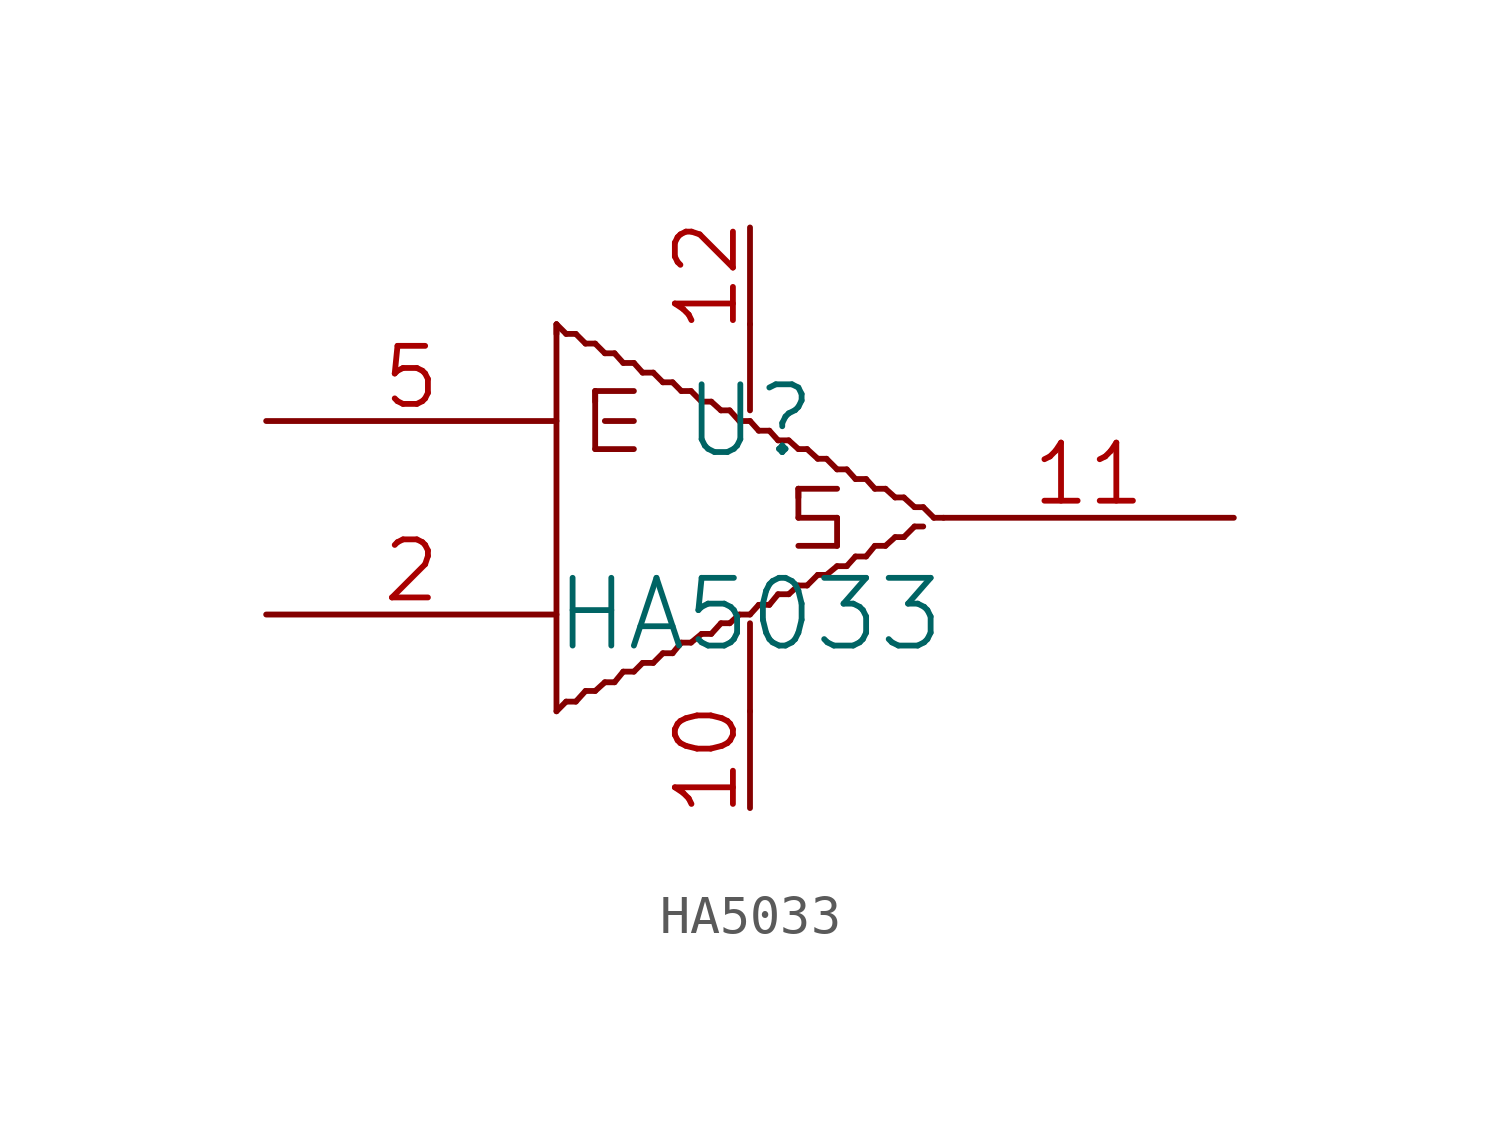
<source format=kicad_sym>
(kicad_symbol_lib
  (version 20211014)
  (generator kicad_symbol_editor)
  (symbol "HA5033"
    (pin_names
      (offset 1.016) hide)
    (property "Reference" "U"
      (at 0 2.54 0)
      (effects (font (size 1.778 1.778))))
    (property "Value" "HA5033"
      (at 0 -2.54 0)
      (effects (font (size 1.778 1.778))))
    (property "Footprint" ""
      (at 0 0 0)
      (effects (font (size 1.524 1.524))))
    (property "Datasheet" ""
      (at 0 0 0)
      (effects (font (size 1.524 1.524))))
    (symbol "HA5033_0_1"
      (polyline (pts (xy -5.08 -5.08) (xy -4.826 -4.826)) (stroke (width 0) (type default) (color 0 0 0 0)) (fill (type none)))
      (polyline (pts (xy -5.08 4.826) (xy -5.08 5.08)) (stroke (width 0) (type default) (color 0 0 0 0)) (fill (type none)))
      (polyline (pts (xy -5.08 5.08) (xy -5.08 -5.08)) (stroke (width 0) (type default) (color 0 0 0 0)) (fill (type none)))
      (polyline (pts (xy -5.08 5.08) (xy -4.826 4.826)) (stroke (width 0) (type default) (color 0 0 0 0)) (fill (type none)))
      (polyline (pts (xy -4.826 -4.826) (xy -4.572 -4.826)) (stroke (width 0) (type default) (color 0 0 0 0)) (fill (type none)))
      (polyline (pts (xy -4.826 4.826) (xy -4.572 4.826)) (stroke (width 0) (type default) (color 0 0 0 0)) (fill (type none)))
      (polyline (pts (xy -4.572 -4.826) (xy -4.318 -4.547)) (stroke (width 0) (type default) (color 0 0 0 0)) (fill (type none)))
      (polyline (pts (xy -4.572 4.826) (xy -4.318 4.572)) (stroke (width 0) (type default) (color 0 0 0 0)) (fill (type none)))
      (polyline (pts (xy -4.318 -4.547) (xy -4.064 -4.547)) (stroke (width 0) (type default) (color 0 0 0 0)) (fill (type none)))
      (polyline (pts (xy -4.318 4.572) (xy -4.064 4.572)) (stroke (width 0) (type default) (color 0 0 0 0)) (fill (type none)))
      (polyline (pts (xy -4.064 -4.547) (xy -3.81 -4.318)) (stroke (width 0) (type default) (color 0 0 0 0)) (fill (type none)))
      (polyline (pts (xy -4.064 1.803) (xy -3.048 1.803)) (stroke (width 0) (type default) (color 0 0 0 0)) (fill (type none)))
      (polyline (pts (xy -4.064 3.048) (xy -4.064 3.327)) (stroke (width 0) (type default) (color 0 0 0 0)) (fill (type none)))
      (polyline (pts (xy -4.064 3.327) (xy -4.064 1.803)) (stroke (width 0) (type default) (color 0 0 0 0)) (fill (type none)))
      (polyline (pts (xy -4.064 3.327) (xy -3.048 3.327)) (stroke (width 0) (type default) (color 0 0 0 0)) (fill (type none)))
      (polyline (pts (xy -4.064 4.572) (xy -3.81 4.318)) (stroke (width 0) (type default) (color 0 0 0 0)) (fill (type none)))
      (polyline (pts (xy -3.81 -4.318) (xy -3.556 -4.318)) (stroke (width 0) (type default) (color 0 0 0 0)) (fill (type none)))
      (polyline (pts (xy -3.81 2.54) (xy -3.048 2.54)) (stroke (width 0) (type default) (color 0 0 0 0)) (fill (type none)))
      (polyline (pts (xy -3.81 4.318) (xy -3.556 4.318)) (stroke (width 0) (type default) (color 0 0 0 0)) (fill (type none)))
      (polyline (pts (xy -3.556 -4.318) (xy -3.327 -4.039)) (stroke (width 0) (type default) (color 0 0 0 0)) (fill (type none)))
      (polyline (pts (xy -3.556 4.318) (xy -3.327 4.064)) (stroke (width 0) (type default) (color 0 0 0 0)) (fill (type none)))
      (polyline (pts (xy -3.327 -4.039) (xy -3.048 -4.039)) (stroke (width 0) (type default) (color 0 0 0 0)) (fill (type none)))
      (polyline (pts (xy -3.327 4.064) (xy -3.048 4.064)) (stroke (width 0) (type default) (color 0 0 0 0)) (fill (type none)))
      (polyline (pts (xy -3.048 -4.039) (xy -2.819 -3.81)) (stroke (width 0) (type default) (color 0 0 0 0)) (fill (type none)))
      (polyline (pts (xy -3.048 4.064) (xy -2.819 3.81)) (stroke (width 0) (type default) (color 0 0 0 0)) (fill (type none)))
      (polyline (pts (xy -2.819 -3.81) (xy -2.54 -3.81)) (stroke (width 0) (type default) (color 0 0 0 0)) (fill (type none)))
      (polyline (pts (xy -2.819 3.81) (xy -2.54 3.81)) (stroke (width 0) (type default) (color 0 0 0 0)) (fill (type none)))
      (polyline (pts (xy -2.54 -3.81) (xy -2.286 -3.556)) (stroke (width 0) (type default) (color 0 0 0 0)) (fill (type none)))
      (polyline (pts (xy -2.54 3.81) (xy -2.286 3.556)) (stroke (width 0) (type default) (color 0 0 0 0)) (fill (type none)))
      (polyline (pts (xy -2.286 -3.556) (xy -2.032 -3.556)) (stroke (width 0) (type default) (color 0 0 0 0)) (fill (type none)))
      (polyline (pts (xy -2.286 3.556) (xy -2.032 3.556)) (stroke (width 0) (type default) (color 0 0 0 0)) (fill (type none)))
      (polyline (pts (xy -2.032 -3.556) (xy -1.803 -3.277)) (stroke (width 0) (type default) (color 0 0 0 0)) (fill (type none)))
      (polyline (pts (xy -2.032 3.556) (xy -1.803 3.327)) (stroke (width 0) (type default) (color 0 0 0 0)) (fill (type none)))
      (polyline (pts (xy -1.803 -3.277) (xy -1.549 -3.277)) (stroke (width 0) (type default) (color 0 0 0 0)) (fill (type none)))
      (polyline (pts (xy -1.803 3.327) (xy -1.549 3.327)) (stroke (width 0) (type default) (color 0 0 0 0)) (fill (type none)))
      (polyline (pts (xy -1.549 -3.277) (xy -1.27 -3.048)) (stroke (width 0) (type default) (color 0 0 0 0)) (fill (type none)))
      (polyline (pts (xy -1.549 3.327) (xy -1.27 3.048)) (stroke (width 0) (type default) (color 0 0 0 0)) (fill (type none)))
      (polyline (pts (xy -1.27 -3.048) (xy -1.016 -3.048)) (stroke (width 0) (type default) (color 0 0 0 0)) (fill (type none)))
      (polyline (pts (xy -1.27 3.048) (xy -1.016 3.048)) (stroke (width 0) (type default) (color 0 0 0 0)) (fill (type none)))
      (polyline (pts (xy -1.016 -3.048) (xy -0.762 -2.769)) (stroke (width 0) (type default) (color 0 0 0 0)) (fill (type none)))
      (polyline (pts (xy -1.016 3.048) (xy -0.762 2.819)) (stroke (width 0) (type default) (color 0 0 0 0)) (fill (type none)))
      (polyline (pts (xy -0.762 -2.769) (xy -0.533 -2.769)) (stroke (width 0) (type default) (color 0 0 0 0)) (fill (type none)))
      (polyline (pts (xy -0.762 2.819) (xy -0.533 2.819)) (stroke (width 0) (type default) (color 0 0 0 0)) (fill (type none)))
      (polyline (pts (xy -0.533 -2.769) (xy -0.279 -2.54)) (stroke (width 0) (type default) (color 0 0 0 0)) (fill (type none)))
      (polyline (pts (xy -0.533 2.819) (xy -0.279 2.54)) (stroke (width 0) (type default) (color 0 0 0 0)) (fill (type none)))
      (polyline (pts (xy -0.279 -2.54) (xy 0 -2.54)) (stroke (width 0) (type default) (color 0 0 0 0)) (fill (type none)))
      (polyline (pts (xy -0.279 2.54) (xy 0 2.54)) (stroke (width 0) (type default) (color 0 0 0 0)) (fill (type none)))
      (polyline (pts (xy 0 -2.769) (xy 0 -5.08)) (stroke (width 0) (type default) (color 0 0 0 0)) (fill (type none)))
      (polyline (pts (xy 0 -2.54) (xy 0.229 -2.286)) (stroke (width 0) (type default) (color 0 0 0 0)) (fill (type none)))
      (polyline (pts (xy 0 2.54) (xy 0.229 2.286)) (stroke (width 0) (type default) (color 0 0 0 0)) (fill (type none)))
      (polyline (pts (xy 0 5.08) (xy 0 2.819)) (stroke (width 0) (type default) (color 0 0 0 0)) (fill (type none)))
      (polyline (pts (xy 0.229 -2.286) (xy 0.508 -2.286)) (stroke (width 0) (type default) (color 0 0 0 0)) (fill (type none)))
      (polyline (pts (xy 0.229 2.286) (xy 0.508 2.286)) (stroke (width 0) (type default) (color 0 0 0 0)) (fill (type none)))
      (polyline (pts (xy 0.508 -2.286) (xy 0.737 -2.007)) (stroke (width 0) (type default) (color 0 0 0 0)) (fill (type none)))
      (polyline (pts (xy 0.508 2.286) (xy 0.737 2.032)) (stroke (width 0) (type default) (color 0 0 0 0)) (fill (type none)))
      (polyline (pts (xy 0.737 -2.007) (xy 1.016 -2.007)) (stroke (width 0) (type default) (color 0 0 0 0)) (fill (type none)))
      (polyline (pts (xy 0.737 2.032) (xy 1.016 2.032)) (stroke (width 0) (type default) (color 0 0 0 0)) (fill (type none)))
      (polyline (pts (xy 1.016 -2.007) (xy 1.27 -1.778)) (stroke (width 0) (type default) (color 0 0 0 0)) (fill (type none)))
      (polyline (pts (xy 1.016 2.032) (xy 1.27 1.803)) (stroke (width 0) (type default) (color 0 0 0 0)) (fill (type none)))
      (polyline (pts (xy 1.27 -1.778) (xy 1.499 -1.778)) (stroke (width 0) (type default) (color 0 0 0 0)) (fill (type none)))
      (polyline (pts (xy 1.27 0) (xy 2.286 0)) (stroke (width 0) (type default) (color 0 0 0 0)) (fill (type none)))
      (polyline (pts (xy 1.27 0.533) (xy 1.27 0.762)) (stroke (width 0) (type default) (color 0 0 0 0)) (fill (type none)))
      (polyline (pts (xy 1.27 0.762) (xy 1.27 0)) (stroke (width 0) (type default) (color 0 0 0 0)) (fill (type none)))
      (polyline (pts (xy 1.27 0.762) (xy 2.286 0.762)) (stroke (width 0) (type default) (color 0 0 0 0)) (fill (type none)))
      (polyline (pts (xy 1.27 1.803) (xy 1.499 1.803)) (stroke (width 0) (type default) (color 0 0 0 0)) (fill (type none)))
      (polyline (pts (xy 1.499 -1.778) (xy 1.778 -1.499)) (stroke (width 0) (type default) (color 0 0 0 0)) (fill (type none)))
      (polyline (pts (xy 1.499 1.803) (xy 1.778 1.549)) (stroke (width 0) (type default) (color 0 0 0 0)) (fill (type none)))
      (polyline (pts (xy 1.778 -1.499) (xy 2.007 -1.499)) (stroke (width 0) (type default) (color 0 0 0 0)) (fill (type none)))
      (polyline (pts (xy 1.778 1.549) (xy 2.007 1.549)) (stroke (width 0) (type default) (color 0 0 0 0)) (fill (type none)))
      (polyline (pts (xy 2.007 -1.499) (xy 2.286 -1.27)) (stroke (width 0) (type default) (color 0 0 0 0)) (fill (type none)))
      (polyline (pts (xy 2.007 1.549) (xy 2.286 1.27)) (stroke (width 0) (type default) (color 0 0 0 0)) (fill (type none)))
      (polyline (pts (xy 2.286 -1.27) (xy 2.54 -1.27)) (stroke (width 0) (type default) (color 0 0 0 0)) (fill (type none)))
      (polyline (pts (xy 2.286 -0.737) (xy 1.27 -0.737)) (stroke (width 0) (type default) (color 0 0 0 0)) (fill (type none)))
      (polyline (pts (xy 2.286 0) (xy 2.286 -0.737)) (stroke (width 0) (type default) (color 0 0 0 0)) (fill (type none)))
      (polyline (pts (xy 2.286 1.27) (xy 2.54 1.27)) (stroke (width 0) (type default) (color 0 0 0 0)) (fill (type none)))
      (polyline (pts (xy 2.54 -1.27) (xy 2.769 -1.016)) (stroke (width 0) (type default) (color 0 0 0 0)) (fill (type none)))
      (polyline (pts (xy 2.54 1.27) (xy 2.769 1.016)) (stroke (width 0) (type default) (color 0 0 0 0)) (fill (type none)))
      (polyline (pts (xy 2.769 -1.016) (xy 3.048 -1.016)) (stroke (width 0) (type default) (color 0 0 0 0)) (fill (type none)))
      (polyline (pts (xy 2.769 1.016) (xy 3.048 1.016)) (stroke (width 0) (type default) (color 0 0 0 0)) (fill (type none)))
      (polyline (pts (xy 3.048 -1.016) (xy 3.277 -0.737)) (stroke (width 0) (type default) (color 0 0 0 0)) (fill (type none)))
      (polyline (pts (xy 3.048 1.016) (xy 3.277 0.762)) (stroke (width 0) (type default) (color 0 0 0 0)) (fill (type none)))
      (polyline (pts (xy 3.277 -0.737) (xy 3.556 -0.737)) (stroke (width 0) (type default) (color 0 0 0 0)) (fill (type none)))
      (polyline (pts (xy 3.277 0.762) (xy 3.556 0.762)) (stroke (width 0) (type default) (color 0 0 0 0)) (fill (type none)))
      (polyline (pts (xy 3.556 -0.737) (xy 3.81 -0.508)) (stroke (width 0) (type default) (color 0 0 0 0)) (fill (type none)))
      (polyline (pts (xy 3.556 0.762) (xy 3.81 0.533)) (stroke (width 0) (type default) (color 0 0 0 0)) (fill (type none)))
      (polyline (pts (xy 3.81 -0.508) (xy 4.039 -0.508)) (stroke (width 0) (type default) (color 0 0 0 0)) (fill (type none)))
      (polyline (pts (xy 3.81 0.533) (xy 4.039 0.533)) (stroke (width 0) (type default) (color 0 0 0 0)) (fill (type none)))
      (polyline (pts (xy 4.039 -0.508) (xy 4.318 -0.229)) (stroke (width 0) (type default) (color 0 0 0 0)) (fill (type none)))
      (polyline (pts (xy 4.039 0.533) (xy 4.318 0.279)) (stroke (width 0) (type default) (color 0 0 0 0)) (fill (type none)))
      (polyline (pts (xy 4.318 -0.229) (xy 4.547 -0.229)) (stroke (width 0) (type default) (color 0 0 0 0)) (fill (type none)))
      (polyline (pts (xy 4.318 0.279) (xy 4.547 0.279)) (stroke (width 0) (type default) (color 0 0 0 0)) (fill (type none)))
      (polyline (pts (xy 4.547 0.279) (xy 4.826 0)) (stroke (width 0) (type default) (color 0 0 0 0)) (fill (type none)))
      (polyline (pts (xy 4.826 0) (xy 5.08 0)) (stroke (width 0) (type default) (color 0 0 0 0)) (fill (type none))))
    (symbol "HA5033_1_1"
      (pin passive line (at 0 -7.62 90) (length 2.54) (name "V-" (effects (font (size 1.524 1.524)))) (number "10" (effects (font (size 1.524 1.524)))))
      (pin output line (at 12.7 0 180) (length 7.62) (name "OUT" (effects (font (size 1.524 1.524)))) (number "11" (effects (font (size 1.524 1.524)))))
      (pin passive line (at 0 7.62 270) (length 2.54) (name "V+" (effects (font (size 1.524 1.524)))) (number "12" (effects (font (size 1.524 1.524)))))
      (pin passive line (at -12.7 -2.54 0) (length 7.62) (name "CASE" (effects (font (size 1.524 1.524)))) (number "2" (effects (font (size 1.524 1.524)))))
      (pin input line (at -12.7 2.54 0) (length 7.62) (name "IN" (effects (font (size 1.524 1.524)))) (number "5" (effects (font (size 1.524 1.524))))))))
</source>
